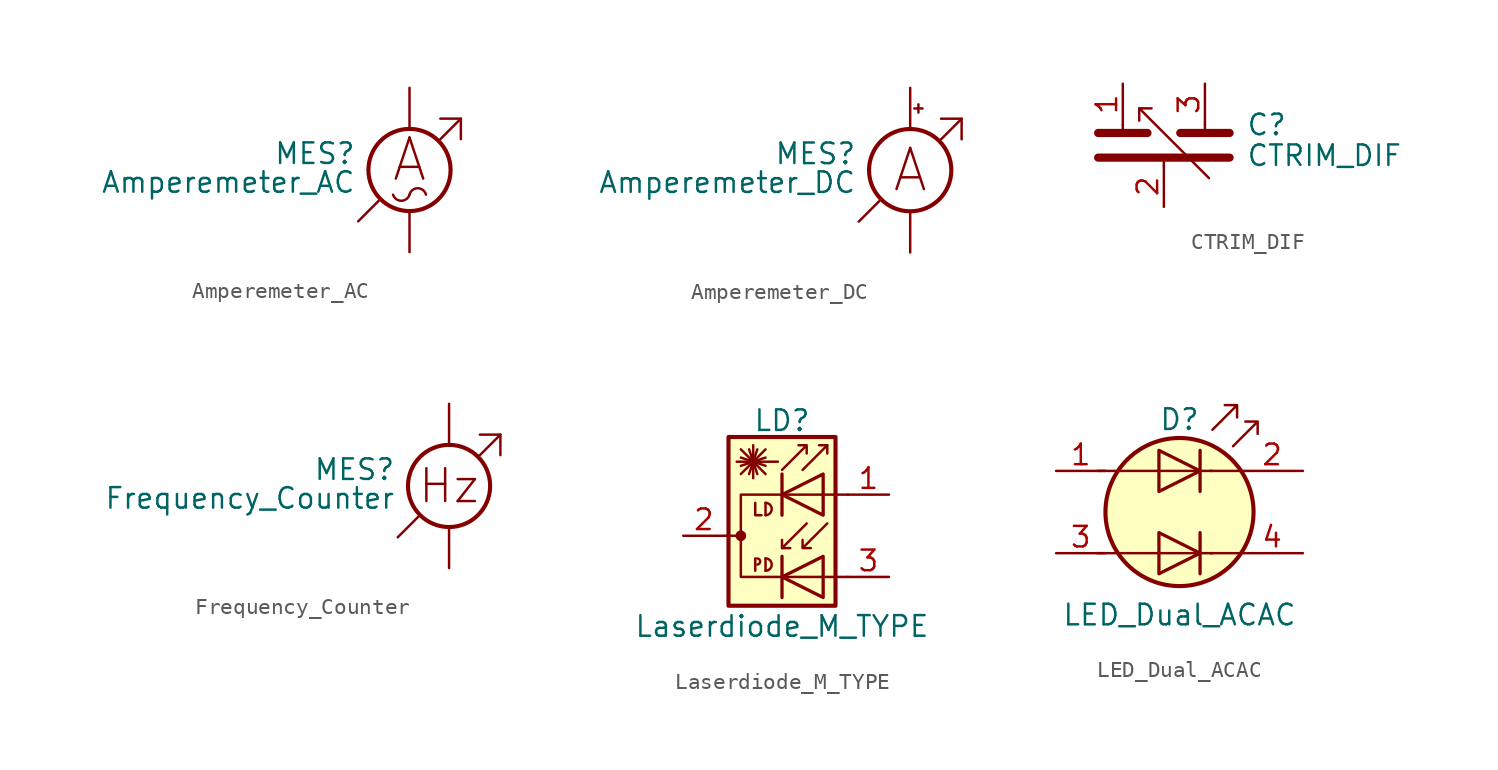
<source format=kicad_sym>
(kicad_symbol_lib
  (version 20211014)
  (generator kicad_symbol_editor)
  (symbol "Amperemeter_AC"
    (pin_numbers hide)
    (pin_names
      (offset 0.025) hide)
    (property "Reference" "MES"
      (at -3.302 1.016 0)
      (effects (font (size 1.27 1.27)) (justify right)))
    (property "Value" "Amperemeter_AC"
      (at -3.302 -0.762 0)
      (effects (font (size 1.27 1.27)) (justify right)))
    (symbol "Amperemeter_AC_0_0"
      (polyline (pts (xy -3.175 -3.175) (xy -1.905 -1.905)) (stroke (width 0) (type default) (color 0 0 0 0)) (fill (type none)))
      (polyline (pts (xy 1.905 1.905) (xy 3.175 3.175)) (stroke (width 0) (type default) (color 0 0 0 0)) (fill (type none)))
      (polyline (pts (xy 1.905 3.175) (xy 3.175 3.175) (xy 3.175 1.905)) (stroke (width 0) (type default) (color 0 0 0 0)) (fill (type none)))
      (text "A" (at 0 0.635 0) (effects (font (size 2.54 2.54)))))
    (symbol "Amperemeter_AC_0_1"
      (arc (start -1.016 -1.524) (mid -0.508 -1.902) (end 0 -1.524) (stroke (width 0) (type default) (color 0 0 0 0)) (fill (type none)))
      (circle (center 0 0) (radius 2.54) (stroke (width 0.254) (type default) (color 0 0 0 0)) (fill (type none)))
      (arc (start 1.016 -1.524) (mid 0.508 -1.1274) (end 0 -1.524) (stroke (width 0) (type default) (color 0 0 0 0)) (fill (type none))))
    (symbol "Amperemeter_AC_1_1"
      (pin passive line (at 0 -5.08 90) (length 2.54) (name "~" (effects (font (size 1.27 1.27)))) (number "1" (effects (font (size 1.27 1.27)))))
      (pin passive line (at 0 5.08 270) (length 2.54) (name "~" (effects (font (size 1.27 1.27)))) (number "2" (effects (font (size 1.27 1.27)))))))
  (symbol "Amperemeter_DC"
    (pin_numbers hide)
    (pin_names
      (offset 0.025) hide)
    (property "Reference" "MES"
      (at -3.302 1.016 0)
      (effects (font (size 1.27 1.27)) (justify right)))
    (property "Value" "Amperemeter_DC"
      (at -3.302 -0.762 0)
      (effects (font (size 1.27 1.27)) (justify right)))
    (symbol "Amperemeter_DC_0_0"
      (polyline (pts (xy -3.175 -3.175) (xy -1.905 -1.905)) (stroke (width 0) (type default) (color 0 0 0 0)) (fill (type none)))
      (polyline (pts (xy 1.905 1.905) (xy 3.175 3.175)) (stroke (width 0) (type default) (color 0 0 0 0)) (fill (type none)))
      (polyline (pts (xy 1.905 3.175) (xy 3.175 3.175) (xy 3.175 1.905)) (stroke (width 0) (type default) (color 0 0 0 0)) (fill (type none)))
      (text "A" (at 0 0 0) (effects (font (size 2.54 2.54)))))
    (symbol "Amperemeter_DC_0_1"
      (polyline (pts (xy 0.254 3.81) (xy 0.762 3.81)) (stroke (width 0) (type default) (color 0 0 0 0)) (fill (type none)))
      (polyline (pts (xy 0.508 4.064) (xy 0.508 3.556)) (stroke (width 0) (type default) (color 0 0 0 0)) (fill (type none)))
      (circle (center 0 0) (radius 2.54) (stroke (width 0.254) (type default) (color 0 0 0 0)) (fill (type none))))
    (symbol "Amperemeter_DC_1_1"
      (pin passive line (at 0 -5.08 90) (length 2.54) (name "-" (effects (font (size 1.27 1.27)))) (number "1" (effects (font (size 1.27 1.27)))))
      (pin passive line (at 0 5.08 270) (length 2.54) (name "+" (effects (font (size 1.27 1.27)))) (number "2" (effects (font (size 1.27 1.27)))))))
  (symbol "CTRIM_DIF"
    (pin_names
      (offset 0.254) hide)
    (property "Reference" "C"
      (at 5.08 1.27 0)
      (effects (font (size 1.27 1.27)) (justify left)))
    (property "Value" "CTRIM_DIF"
      (at 5.08 -0.635 0)
      (effects (font (size 1.27 1.27)) (justify left)))
    (symbol "CTRIM_DIF_0_1"
      (polyline (pts (xy -4.064 -0.762) (xy 4.064 -0.762)) (stroke (width 0.508) (type default) (color 0 0 0 0)) (fill (type none)))
      (polyline (pts (xy -4.064 0.762) (xy -1.016 0.762)) (stroke (width 0.508) (type default) (color 0 0 0 0)) (fill (type none)))
      (polyline (pts (xy -2.54 1.27) (xy -2.54 0.762)) (stroke (width 0) (type default) (color 0 0 0 0)) (fill (type none)))
      (polyline (pts (xy -1.524 2.286) (xy 2.794 -2.032)) (stroke (width 0) (type default) (color 0 0 0 0)) (fill (type none)))
      (polyline (pts (xy 0 -1.27) (xy 0 -0.762)) (stroke (width 0) (type default) (color 0 0 0 0)) (fill (type none)))
      (polyline (pts (xy 1.016 0.762) (xy 4.064 0.762)) (stroke (width 0.508) (type default) (color 0 0 0 0)) (fill (type none)))
      (polyline (pts (xy 2.54 1.27) (xy 2.54 0.762)) (stroke (width 0) (type default) (color 0 0 0 0)) (fill (type none)))
      (polyline (pts (xy -0.762 2.286) (xy -1.524 2.286) (xy -1.524 1.524)) (stroke (width 0) (type default) (color 0 0 0 0)) (fill (type none))))
    (symbol "CTRIM_DIF_1_1"
      (pin passive line (at -2.54 3.81 270) (length 2.54) (name "~" (effects (font (size 1.27 1.27)))) (number "1" (effects (font (size 1.27 1.27)))))
      (pin passive line (at 0 -3.81 90) (length 2.54) (name "~" (effects (font (size 1.27 1.27)))) (number "2" (effects (font (size 1.27 1.27)))))
      (pin passive line (at 2.54 3.81 270) (length 2.54) (name "~" (effects (font (size 1.27 1.27)))) (number "3" (effects (font (size 1.27 1.27)))))))
  (symbol "Frequency_Counter"
    (pin_numbers hide)
    (pin_names
      (offset 0.025) hide)
    (property "Reference" "MES"
      (at -3.302 1.016 0)
      (effects (font (size 1.27 1.27)) (justify right)))
    (property "Value" "Frequency_Counter"
      (at -3.302 -0.762 0)
      (effects (font (size 1.27 1.27)) (justify right)))
    (symbol "Frequency_Counter_0_0"
      (polyline (pts (xy -3.175 -3.175) (xy -1.905 -1.905)) (stroke (width 0) (type default) (color 0 0 0 0)) (fill (type none)))
      (polyline (pts (xy 1.905 1.905) (xy 3.175 3.175)) (stroke (width 0) (type default) (color 0 0 0 0)) (fill (type none)))
      (polyline (pts (xy 1.905 3.175) (xy 3.175 3.175) (xy 3.175 1.905)) (stroke (width 0) (type default) (color 0 0 0 0)) (fill (type none)))
      (text "Hz" (at 0 0 0) (effects (font (size 2.032 2.032)))))
    (symbol "Frequency_Counter_0_1"
      (circle (center 0 0) (radius 2.54) (stroke (width 0.254) (type default) (color 0 0 0 0)) (fill (type none))))
    (symbol "Frequency_Counter_1_1"
      (pin passive line (at 0 -5.08 90) (length 2.54) (name "-" (effects (font (size 1.27 1.27)))) (number "1" (effects (font (size 1.27 1.27)))))
      (pin passive line (at 0 5.08 270) (length 2.54) (name "+" (effects (font (size 1.27 1.27)))) (number "2" (effects (font (size 1.27 1.27)))))))
  (symbol "Laserdiode_M_TYPE"
    (pin_names
      (offset 1.016) hide)
    (property "Reference" "LD"
      (at 1.016 7.112 0)
      (effects (font (size 1.27 1.27))))
    (property "Value" "Laserdiode_M_TYPE"
      (at 1.016 -5.588 0)
      (effects (font (size 1.27 1.27))))
    (symbol "Laserdiode_M_TYPE_0_1"
      (circle (center -1.524 0) (radius 0.254) (stroke (width 0) (type default) (color 0 0 0 0)) (fill (type outline)))
      (arc (start -0.508 -1.778) (mid -0.3302 -1.6002) (end -0.508 -1.397) (stroke (width 0) (type default) (color 0 0 0 0)) (fill (type none)))
      (arc (start 0 -2.159) (mid 0.381 -1.778) (end 0 -1.397) (stroke (width 0) (type default) (color 0 0 0 0)) (fill (type none)))
      (polyline (pts (xy -2.54 0) (xy -1.524 0)) (stroke (width 0) (type default) (color 0 0 0 0)) (fill (type none)))
      (polyline (pts (xy -1.524 3.81) (xy 0 5.334)) (stroke (width 0) (type default) (color 0 0 0 0)) (fill (type none)))
      (polyline (pts (xy -1.524 4.318) (xy 0 4.826)) (stroke (width 0) (type default) (color 0 0 0 0)) (fill (type none)))
      (polyline (pts (xy -1.524 4.826) (xy 0 4.318)) (stroke (width 0) (type default) (color 0 0 0 0)) (fill (type none)))
      (polyline (pts (xy -1.524 5.334) (xy 0 3.81)) (stroke (width 0) (type default) (color 0 0 0 0)) (fill (type none)))
      (polyline (pts (xy -1.016 5.334) (xy -0.508 3.81)) (stroke (width 0) (type default) (color 0 0 0 0)) (fill (type none)))
      (polyline (pts (xy -0.762 4.572) (xy -0.762 3.556)) (stroke (width 0) (type default) (color 0 0 0 0)) (fill (type none)))
      (polyline (pts (xy -0.762 4.572) (xy -0.762 5.588)) (stroke (width 0) (type default) (color 0 0 0 0)) (fill (type none)))
      (polyline (pts (xy -0.635 -1.397) (xy -0.635 -2.159)) (stroke (width 0) (type default) (color 0 0 0 0)) (fill (type none)))
      (polyline (pts (xy -0.508 5.334) (xy -1.016 3.81)) (stroke (width 0) (type default) (color 0 0 0 0)) (fill (type none)))
      (polyline (pts (xy 0 -1.397) (xy 0 -2.159)) (stroke (width 0) (type default) (color 0 0 0 0)) (fill (type none)))
      (polyline (pts (xy 0 2.032) (xy 0 1.27)) (stroke (width 0) (type default) (color 0 0 0 0)) (fill (type none)))
      (polyline (pts (xy 0.762 4.572) (xy -1.778 4.572)) (stroke (width 0) (type default) (color 0 0 0 0)) (fill (type none)))
      (polyline (pts (xy 1.016 -1.27) (xy 1.016 -3.81)) (stroke (width 0.203) (type default) (color 0 0 0 0)) (fill (type none)))
      (polyline (pts (xy 1.016 -0.762) (xy 1.524 -0.762)) (stroke (width 0) (type default) (color 0 0 0 0)) (fill (type none)))
      (polyline (pts (xy 1.016 3.81) (xy 1.016 1.27)) (stroke (width 0.203) (type default) (color 0 0 0 0)) (fill (type none)))
      (polyline (pts (xy 3.81 5.588) (xy 3.302 5.588)) (stroke (width 0) (type default) (color 0 0 0 0)) (fill (type none)))
      (polyline (pts (xy -0.635 2.032) (xy -0.635 1.27) (xy -0.254 1.27)) (stroke (width 0) (type default) (color 0 0 0 0)) (fill (type none)))
      (polyline (pts (xy 2.286 4.064) (xy 3.81 5.588) (xy 3.81 5.08)) (stroke (width 0) (type default) (color 0 0 0 0)) (fill (type none)))
      (polyline (pts (xy 2.54 0.762) (xy 1.016 -0.762) (xy 1.016 -0.254)) (stroke (width 0) (type default) (color 0 0 0 0)) (fill (type none)))
      (polyline (pts (xy 3.556 -1.27) (xy 3.556 -3.81) (xy 1.016 -2.54) (xy 3.556 -1.27)) (stroke (width 0.203) (type default) (color 0 0 0 0)) (fill (type none)))
      (polyline (pts (xy 3.556 3.81) (xy 3.556 1.27) (xy 1.016 2.54) (xy 3.556 3.81)) (stroke (width 0.203) (type default) (color 0 0 0 0)) (fill (type none)))
      (polyline (pts (xy 5.08 2.54) (xy -1.524 2.54) (xy -1.524 -2.54) (xy 5.08 -2.54)) (stroke (width 0) (type default) (color 0 0 0 0)) (fill (type none)))
      (polyline (pts (xy 1.016 4.064) (xy 2.54 5.588) (xy 2.54 5.08) (xy 2.54 5.588) (xy 2.032 5.588)) (stroke (width 0) (type default) (color 0 0 0 0)) (fill (type none)))
      (polyline (pts (xy 3.81 0.762) (xy 2.286 -0.762) (xy 2.286 -0.254) (xy 2.286 -0.762) (xy 2.794 -0.762)) (stroke (width 0) (type default) (color 0 0 0 0)) (fill (type none)))
      (arc (start 0 1.27) (mid 0.381 1.651) (end 0 2.032) (stroke (width 0) (type default) (color 0 0 0 0)) (fill (type none)))
      (rectangle (start 4.318 6.096) (end -2.286 -4.318) (stroke (width 0.254) (type default) (color 0 0 0 0)) (fill (type background))))
    (symbol "Laserdiode_M_TYPE_1_1"
      (pin passive line (at 7.62 2.54 180) (length 2.54) (name "~" (effects (font (size 1.27 1.27)))) (number "1" (effects (font (size 1.27 1.27)))))
      (pin passive line (at -5.08 0 0) (length 2.54) (name "~" (effects (font (size 1.27 1.27)))) (number "2" (effects (font (size 1.27 1.27)))))
      (pin passive line (at 7.62 -2.54 180) (length 2.54) (name "~" (effects (font (size 1.27 1.27)))) (number "3" (effects (font (size 1.27 1.27)))))))
  (symbol "LED_Dual_ACAC"
    (pin_names
      (offset 0) hide)
    (property "Reference" "D"
      (at 0 5.715 0)
      (effects (font (size 1.27 1.27))))
    (property "Value" "LED_Dual_ACAC"
      (at 0 -6.35 0)
      (effects (font (size 1.27 1.27))))
    (symbol "LED_Dual_ACAC_0_1"
      (polyline (pts (xy -5.08 -2.54) (xy 2.032 -2.54)) (stroke (width 0) (type default) (color 0 0 0 0)) (fill (type none)))
      (polyline (pts (xy -5.08 2.54) (xy 2.032 2.54)) (stroke (width 0) (type default) (color 0 0 0 0)) (fill (type none)))
      (polyline (pts (xy 1.27 -1.27) (xy 1.27 -3.81)) (stroke (width 0.203) (type default) (color 0 0 0 0)) (fill (type none)))
      (polyline (pts (xy 1.27 3.81) (xy 1.27 1.27)) (stroke (width 0.203) (type default) (color 0 0 0 0)) (fill (type none)))
      (polyline (pts (xy 3.81 -2.54) (xy 1.905 -2.54)) (stroke (width 0) (type default) (color 0 0 0 0)) (fill (type none)))
      (polyline (pts (xy 3.81 2.54) (xy 1.905 2.54)) (stroke (width 0) (type default) (color 0 0 0 0)) (fill (type none)))
      (polyline (pts (xy -1.27 -1.27) (xy -1.27 -3.81) (xy 1.27 -2.54) (xy -1.27 -1.27)) (stroke (width 0.203) (type default) (color 0 0 0 0)) (fill (type none)))
      (polyline (pts (xy -1.27 3.81) (xy -1.27 1.27) (xy 1.27 2.54) (xy -1.27 3.81)) (stroke (width 0.203) (type default) (color 0 0 0 0)) (fill (type none)))
      (polyline (pts (xy 2.032 5.08) (xy 3.556 6.604) (xy 2.794 6.604) (xy 3.556 6.604) (xy 3.556 5.842)) (stroke (width 0) (type default) (color 0 0 0 0)) (fill (type none)))
      (polyline (pts (xy 3.302 4.064) (xy 4.826 5.588) (xy 4.064 5.588) (xy 4.826 5.588) (xy 4.826 4.826)) (stroke (width 0) (type default) (color 0 0 0 0)) (fill (type none)))
      (circle (center 0 0) (radius 4.572) (stroke (width 0.254) (type default) (color 0 0 0 0)) (fill (type background))))
    (symbol "LED_Dual_ACAC_1_1"
      (pin input line (at -7.62 2.54 0) (length 3.048) (name "A1" (effects (font (size 1.27 1.27)))) (number "1" (effects (font (size 1.27 1.27)))))
      (pin input line (at 7.62 2.54 180) (length 3.81) (name "K1" (effects (font (size 1.27 1.27)))) (number "2" (effects (font (size 1.27 1.27)))))
      (pin input line (at -7.62 -2.54 0) (length 3.048) (name "A2" (effects (font (size 1.27 1.27)))) (number "3" (effects (font (size 1.27 1.27)))))
      (pin input line (at 7.62 -2.54 180) (length 3.81) (name "K2" (effects (font (size 1.27 1.27)))) (number "4" (effects (font (size 1.27 1.27))))))))
</source>
